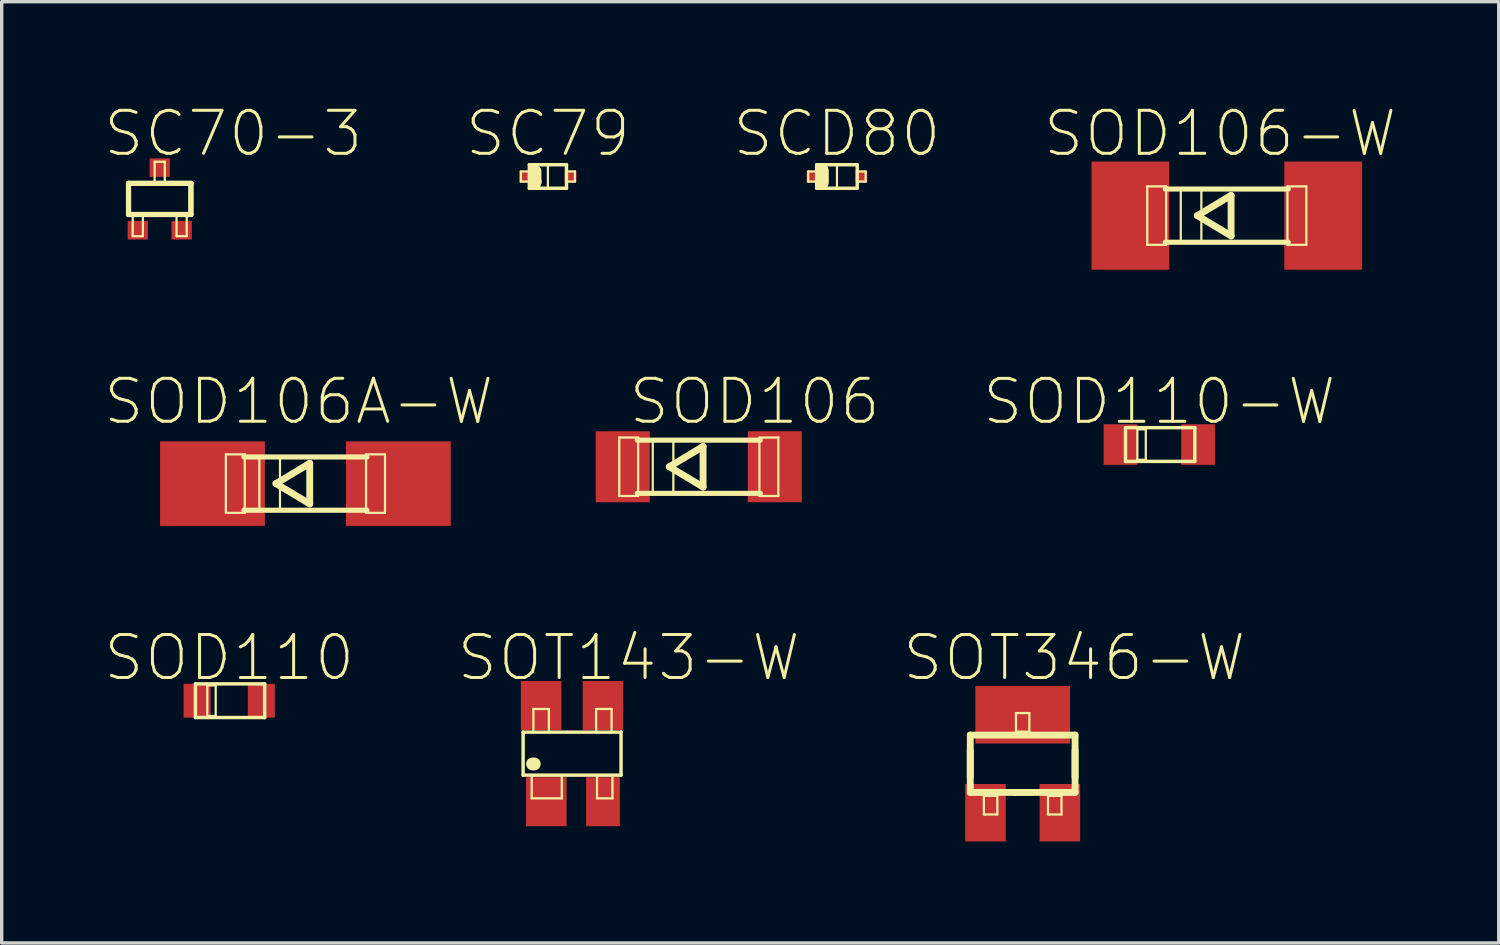
<source format=kicad_pcb>
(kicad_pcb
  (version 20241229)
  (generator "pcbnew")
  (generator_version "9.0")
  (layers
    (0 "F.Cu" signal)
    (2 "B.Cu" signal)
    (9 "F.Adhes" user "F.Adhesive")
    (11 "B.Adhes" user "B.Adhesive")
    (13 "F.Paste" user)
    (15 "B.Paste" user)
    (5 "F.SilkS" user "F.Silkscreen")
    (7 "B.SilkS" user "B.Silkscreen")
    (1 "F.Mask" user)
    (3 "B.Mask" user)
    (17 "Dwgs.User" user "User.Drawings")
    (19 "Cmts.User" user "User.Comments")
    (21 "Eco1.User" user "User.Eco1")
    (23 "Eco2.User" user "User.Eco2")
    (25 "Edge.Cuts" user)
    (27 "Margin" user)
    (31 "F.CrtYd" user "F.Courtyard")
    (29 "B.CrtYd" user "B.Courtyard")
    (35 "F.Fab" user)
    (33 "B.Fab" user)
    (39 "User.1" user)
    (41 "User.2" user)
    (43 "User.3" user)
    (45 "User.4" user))
  (footprint "SC70-3"
    (layer "F.Cu")
    (at 1.672 2.832)
    (property "Reference" "SC70-3" (at 2.174 -1.933 0) (layer "F.SilkS") (effects (font (size 1.27 1.27) (thickness 0.089))))
    (attr smd)
    (fp_line (start -0.922 -0.46) (end 0.922 -0.46) (stroke (width 0.152) (type solid)) (layer "F.SilkS"))
    (fp_line (start -0.922 -0.46) (end 0.922 -0.46) (stroke (width 0.152) (type solid)) (layer "F.SilkS"))
    (fp_line (start -0.922 0.46) (end -0.922 -0.46) (stroke (width 0.152) (type solid)) (layer "F.SilkS"))
    (fp_line (start -0.922 0.46) (end -0.922 -0.46) (stroke (width 0.152) (type solid)) (layer "F.SilkS"))
    (fp_line (start -0.798 0.498) (end -0.498 0.498) (stroke (width 0.066) (type solid)) (layer "F.SilkS"))
    (fp_line (start -0.798 1.1) (end -0.798 0.498) (stroke (width 0.066) (type solid)) (layer "F.SilkS"))
    (fp_line (start -0.798 1.1) (end -0.498 1.1) (stroke (width 0.066) (type solid)) (layer "F.SilkS"))
    (fp_line (start -0.498 1.1) (end -0.498 0.498) (stroke (width 0.066) (type solid)) (layer "F.SilkS"))
    (fp_line (start -0.15 -1.1) (end 0.15 -1.1) (stroke (width 0.066) (type solid)) (layer "F.SilkS"))
    (fp_line (start -0.15 -0.498) (end -0.15 -1.1) (stroke (width 0.066) (type solid)) (layer "F.SilkS"))
    (fp_line (start -0.15 -0.498) (end 0.15 -0.498) (stroke (width 0.066) (type solid)) (layer "F.SilkS"))
    (fp_line (start 0.15 -0.498) (end 0.15 -1.1) (stroke (width 0.066) (type solid)) (layer "F.SilkS"))
    (fp_line (start 0.498 0.498) (end 0.798 0.498) (stroke (width 0.066) (type solid)) (layer "F.SilkS"))
    (fp_line (start 0.498 1.1) (end 0.498 0.498) (stroke (width 0.066) (type solid)) (layer "F.SilkS"))
    (fp_line (start 0.498 1.1) (end 0.798 1.1) (stroke (width 0.066) (type solid)) (layer "F.SilkS"))
    (fp_line (start 0.798 1.1) (end 0.798 0.498) (stroke (width 0.066) (type solid)) (layer "F.SilkS"))
    (fp_line (start 0.922 -0.46) (end 0.922 0.46) (stroke (width 0.152) (type solid)) (layer "F.SilkS"))
    (fp_line (start 0.922 -0.46) (end 0.922 0.46) (stroke (width 0.152) (type solid)) (layer "F.SilkS"))
    (fp_line (start 0.922 0.46) (end -0.922 0.46) (stroke (width 0.152) (type solid)) (layer "F.SilkS"))
    (fp_line (start 0.922 0.46) (end -0.922 0.46) (stroke (width 0.152) (type solid)) (layer "F.SilkS"))
    (pad "1" smd rect (at -0.648 0.925) (size 0.599 0.549) (layers "F.Cu" "F.Mask" "F.Paste"))
    (pad "2" smd rect (at 0.648 0.925) (size 0.599 0.549) (layers "F.Cu" "F.Mask" "F.Paste"))
    (pad "3" smd rect (at 0 -0.925) (size 0.599 0.549) (layers "F.Cu" "F.Mask" "F.Paste")))
  (footprint "SOD110"
    (layer "F.Cu")
    (at 3.726 17.667)
    (property "Reference" "SOD110" (at 0 -1.27 0) (layer "F.SilkS") (effects (font (size 1.27 1.27) (thickness 0.089))))
    (attr smd)
    (fp_line (start -0.998 -0.498) (end 1.049 -0.498) (stroke (width 0.102) (type solid)) (layer "F.SilkS"))
    (fp_line (start -0.998 0.498) (end -0.998 -0.498) (stroke (width 0.102) (type solid)) (layer "F.SilkS"))
    (fp_line (start -0.648 -0.45) (end -0.399 -0.45) (stroke (width 0.066) (type solid)) (layer "F.SilkS"))
    (fp_line (start -0.648 0.45) (end -0.648 -0.45) (stroke (width 0.066) (type solid)) (layer "F.SilkS"))
    (fp_line (start -0.648 0.45) (end -0.399 0.45) (stroke (width 0.066) (type solid)) (layer "F.SilkS"))
    (fp_line (start -0.399 0.45) (end -0.399 -0.45) (stroke (width 0.066) (type solid)) (layer "F.SilkS"))
    (fp_line (start 1.049 -0.498) (end 1.049 0.498) (stroke (width 0.102) (type solid)) (layer "F.SilkS"))
    (fp_line (start 1.049 0.498) (end -0.998 0.498) (stroke (width 0.102) (type solid)) (layer "F.SilkS"))
    (pad "1" smd rect (at 0.95 0) (size 0.798 0.998) (layers "F.Cu" "F.Mask" "F.Paste"))
    (pad "2" smd rect (at -0.95 0) (size 0.798 0.998) (layers "F.Cu" "F.Mask" "F.Paste")))
  (footprint "SOT346-W"
    (layer "F.Cu")
    (at 27.186 19.531)
    (property "Reference" "SOT346-W" (at 1.524 -3.134 0) (layer "F.SilkS") (effects (font (size 1.27 1.27) (thickness 0.089))))
    (attr smd)
    (fp_line (start -1.549 -0.848) (end 1.549 -0.848) (stroke (width 0.203) (type solid)) (layer "F.SilkS"))
    (fp_line (start -1.549 0.399) (end -1.549 -0.399) (stroke (width 0.203) (type solid)) (layer "F.SilkS"))
    (fp_line (start -1.549 0.848) (end -1.549 -0.848) (stroke (width 0.203) (type solid)) (layer "F.SilkS"))
    (fp_line (start -1.148 0.95) (end -0.749 0.95) (stroke (width 0.066) (type solid)) (layer "F.SilkS"))
    (fp_line (start -1.148 1.499) (end -1.148 0.95) (stroke (width 0.066) (type solid)) (layer "F.SilkS"))
    (fp_line (start -1.148 1.499) (end -0.749 1.499) (stroke (width 0.066) (type solid)) (layer "F.SilkS"))
    (fp_line (start -0.749 1.499) (end -0.749 0.95) (stroke (width 0.066) (type solid)) (layer "F.SilkS"))
    (fp_line (start -0.198 -1.499) (end 0.198 -1.499) (stroke (width 0.066) (type solid)) (layer "F.SilkS"))
    (fp_line (start -0.198 -0.95) (end -0.198 -1.499) (stroke (width 0.066) (type solid)) (layer "F.SilkS"))
    (fp_line (start -0.198 -0.95) (end 0.198 -0.95) (stroke (width 0.066) (type solid)) (layer "F.SilkS"))
    (fp_line (start 0.198 -0.95) (end 0.198 -1.499) (stroke (width 0.066) (type solid)) (layer "F.SilkS"))
    (fp_line (start 0.249 0.848) (end -0.249 0.848) (stroke (width 0.203) (type solid)) (layer "F.SilkS"))
    (fp_line (start 0.749 0.95) (end 1.148 0.95) (stroke (width 0.066) (type solid)) (layer "F.SilkS"))
    (fp_line (start 0.749 1.499) (end 0.749 0.95) (stroke (width 0.066) (type solid)) (layer "F.SilkS"))
    (fp_line (start 0.749 1.499) (end 1.148 1.499) (stroke (width 0.066) (type solid)) (layer "F.SilkS"))
    (fp_line (start 1.148 1.499) (end 1.148 0.95) (stroke (width 0.066) (type solid)) (layer "F.SilkS"))
    (fp_line (start 1.549 -0.848) (end 1.549 0.848) (stroke (width 0.203) (type solid)) (layer "F.SilkS"))
    (fp_line (start 1.549 -0.399) (end 1.549 0.399) (stroke (width 0.203) (type solid)) (layer "F.SilkS"))
    (fp_line (start 1.549 0.848) (end -1.549 0.848) (stroke (width 0.203) (type solid)) (layer "F.SilkS"))
    (pad "1" smd rect (at -1.1 1.448) (size 1.199 1.699) (layers "F.Cu" "F.Mask" "F.Paste"))
    (pad "2" smd rect (at 1.1 1.448) (size 1.199 1.699) (layers "F.Cu" "F.Mask" "F.Paste"))
    (pad "3" smd rect (at 0 -1.448) (size 2.799 1.699) (layers "F.Cu" "F.Mask" "F.Paste")))
  (footprint "SOT143-W"
    (layer "F.Cu")
    (at 13.864 19.232)
    (property "Reference" "SOT143-W" (at 1.674 -2.835 0) (layer "F.SilkS") (effects (font (size 1.27 1.27) (thickness 0.089))))
    (attr smd)
    (fp_line (start -1.448 -0.635) (end 1.448 -0.635) (stroke (width 0.102) (type solid)) (layer "F.SilkS"))
    (fp_line (start -1.448 0.635) (end -1.448 -0.635) (stroke (width 0.102) (type solid)) (layer "F.SilkS"))
    (fp_line (start -1.448 0.635) (end 1.448 0.635) (stroke (width 0.102) (type solid)) (layer "F.SilkS"))
    (fp_line (start -1.194 0.635) (end -0.305 0.635) (stroke (width 0.066) (type solid)) (layer "F.SilkS"))
    (fp_line (start -1.194 1.321) (end -1.194 0.635) (stroke (width 0.066) (type solid)) (layer "F.SilkS"))
    (fp_line (start -1.194 1.321) (end -0.305 1.321) (stroke (width 0.066) (type solid)) (layer "F.SilkS"))
    (fp_line (start -1.168 0.305) (end -1.118 0.305) (stroke (width 0.381) (type solid)) (layer "F.SilkS"))
    (fp_line (start -1.143 -1.321) (end -0.686 -1.321) (stroke (width 0.066) (type solid)) (layer "F.SilkS"))
    (fp_line (start -1.143 -0.635) (end -1.143 -1.321) (stroke (width 0.066) (type solid)) (layer "F.SilkS"))
    (fp_line (start -1.143 -0.635) (end -0.686 -0.635) (stroke (width 0.066) (type solid)) (layer "F.SilkS"))
    (fp_line (start -0.686 -0.635) (end -0.686 -1.321) (stroke (width 0.066) (type solid)) (layer "F.SilkS"))
    (fp_line (start -0.305 1.321) (end -0.305 0.635) (stroke (width 0.066) (type solid)) (layer "F.SilkS"))
    (fp_line (start 0.711 -1.321) (end 1.168 -1.321) (stroke (width 0.066) (type solid)) (layer "F.SilkS"))
    (fp_line (start 0.711 -0.635) (end 0.711 -1.321) (stroke (width 0.066) (type solid)) (layer "F.SilkS"))
    (fp_line (start 0.711 -0.635) (end 1.168 -0.635) (stroke (width 0.066) (type solid)) (layer "F.SilkS"))
    (fp_line (start 0.737 0.635) (end 1.194 0.635) (stroke (width 0.066) (type solid)) (layer "F.SilkS"))
    (fp_line (start 0.737 1.321) (end 0.737 0.635) (stroke (width 0.066) (type solid)) (layer "F.SilkS"))
    (fp_line (start 0.737 1.321) (end 1.194 1.321) (stroke (width 0.066) (type solid)) (layer "F.SilkS"))
    (fp_line (start 1.168 -0.635) (end 1.168 -1.321) (stroke (width 0.066) (type solid)) (layer "F.SilkS"))
    (fp_line (start 1.194 1.321) (end 1.194 0.635) (stroke (width 0.066) (type solid)) (layer "F.SilkS"))
    (fp_line (start 1.448 0.635) (end 1.448 -0.635) (stroke (width 0.102) (type solid)) (layer "F.SilkS"))
    (pad "1" smd rect (at -0.762 1.422) (size 1.199 1.448) (layers "F.Cu" "F.Mask" "F.Paste"))
    (pad "2" smd rect (at 0.914 1.422) (size 0.998 1.448) (layers "F.Cu" "F.Mask" "F.Paste"))
    (pad "3" smd rect (at 0.914 -1.422) (size 1.199 1.448) (layers "F.Cu" "F.Mask" "F.Paste"))
    (pad "4" smd rect (at -0.914 -1.422) (size 1.199 1.448) (layers "F.Cu" "F.Mask" "F.Paste")))
  (footprint "SCD80"
    (layer "F.Cu")
    (at 21.695 2.169)
    (property "Reference" "SCD80" (at 0 -1.27 0) (layer "F.SilkS") (effects (font (size 1.27 1.27) (thickness 0.089))))
    (attr smd)
    (fp_line (start -0.848 -0.15) (end -0.599 -0.15) (stroke (width 0.066) (type solid)) (layer "F.SilkS"))
    (fp_line (start -0.848 0.15) (end -0.848 -0.15) (stroke (width 0.066) (type solid)) (layer "F.SilkS"))
    (fp_line (start -0.848 0.15) (end -0.599 0.15) (stroke (width 0.066) (type solid)) (layer "F.SilkS"))
    (fp_line (start -0.599 -0.348) (end -0.599 0.348) (stroke (width 0.102) (type solid)) (layer "F.SilkS"))
    (fp_line (start -0.599 -0.348) (end 0 -0.348) (stroke (width 0.066) (type solid)) (layer "F.SilkS"))
    (fp_line (start -0.599 0.15) (end -0.599 -0.15) (stroke (width 0.066) (type solid)) (layer "F.SilkS"))
    (fp_line (start -0.599 0.348) (end -0.599 -0.348) (stroke (width 0.066) (type solid)) (layer "F.SilkS"))
    (fp_line (start -0.599 0.348) (end 0 0.348) (stroke (width 0.066) (type solid)) (layer "F.SilkS"))
    (fp_line (start -0.599 0.348) (end 0.599 0.348) (stroke (width 0.102) (type solid)) (layer "F.SilkS"))
    (fp_line (start -0.432 -0.178) (end -0.432 0.178) (stroke (width 0.381) (type solid)) (layer "F.SilkS"))
    (fp_line (start 0 0.348) (end 0 -0.348) (stroke (width 0.066) (type solid)) (layer "F.SilkS"))
    (fp_line (start 0.599 -0.348) (end -0.599 -0.348) (stroke (width 0.102) (type solid)) (layer "F.SilkS"))
    (fp_line (start 0.599 -0.15) (end 0.848 -0.15) (stroke (width 0.066) (type solid)) (layer "F.SilkS"))
    (fp_line (start 0.599 0.15) (end 0.599 -0.15) (stroke (width 0.066) (type solid)) (layer "F.SilkS"))
    (fp_line (start 0.599 0.15) (end 0.848 0.15) (stroke (width 0.066) (type solid)) (layer "F.SilkS"))
    (fp_line (start 0.599 0.348) (end 0.599 -0.348) (stroke (width 0.102) (type solid)) (layer "F.SilkS"))
    (fp_line (start 0.848 0.15) (end 0.848 -0.15) (stroke (width 0.066) (type solid)) (layer "F.SilkS"))
    (pad "1" smd rect (at 0.724 0) (size 0.348 0.348) (layers "F.Cu" "F.Mask" "F.Paste"))
    (pad "2" smd rect (at -0.724 0) (size 0.348 0.348) (layers "F.Cu" "F.Mask" "F.Paste")))
  (footprint "SOD106"
    (layer "F.Cu")
    (at 17.61 10.75)
    (property "Reference" "SOD106" (at 1.651 -1.928 0) (layer "F.SilkS") (effects (font (size 1.27 1.27) (thickness 0.089))))
    (attr smd)
    (fp_line (start -2.352 -0.864) (end -1.793 -0.864) (stroke (width 0.066) (type solid)) (layer "F.SilkS"))
    (fp_line (start -2.352 0.864) (end -2.352 -0.864) (stroke (width 0.066) (type solid)) (layer "F.SilkS"))
    (fp_line (start -2.352 0.864) (end -1.793 0.864) (stroke (width 0.066) (type solid)) (layer "F.SilkS"))
    (fp_line (start -1.793 0.864) (end -1.793 -0.864) (stroke (width 0.066) (type solid)) (layer "F.SilkS"))
    (fp_line (start -1.361 -0.787) (end -0.752 -0.787) (stroke (width 0.066) (type solid)) (layer "F.SilkS"))
    (fp_line (start -1.361 0.787) (end -1.361 -0.787) (stroke (width 0.066) (type solid)) (layer "F.SilkS"))
    (fp_line (start -1.361 0.787) (end -0.752 0.787) (stroke (width 0.066) (type solid)) (layer "F.SilkS"))
    (fp_line (start -0.871 0) (end 0.127 0.599) (stroke (width 0.203) (type solid)) (layer "F.SilkS"))
    (fp_line (start -0.752 0.787) (end -0.752 -0.787) (stroke (width 0.066) (type solid)) (layer "F.SilkS"))
    (fp_line (start 0.127 -0.599) (end -0.871 0) (stroke (width 0.203) (type solid)) (layer "F.SilkS"))
    (fp_line (start 0.127 0.599) (end 0.127 -0.599) (stroke (width 0.203) (type solid)) (layer "F.SilkS"))
    (fp_line (start 1.793 -0.864) (end 2.352 -0.864) (stroke (width 0.066) (type solid)) (layer "F.SilkS"))
    (fp_line (start 1.793 0.864) (end 1.793 -0.864) (stroke (width 0.066) (type solid)) (layer "F.SilkS"))
    (fp_line (start 1.793 0.864) (end 2.352 0.864) (stroke (width 0.066) (type solid)) (layer "F.SilkS"))
    (fp_line (start 1.819 -0.787) (end -1.819 -0.787) (stroke (width 0.152) (type solid)) (layer "F.SilkS"))
    (fp_line (start 1.819 0.787) (end -1.819 0.787) (stroke (width 0.152) (type solid)) (layer "F.SilkS"))
    (fp_line (start 2.352 0.864) (end 2.352 -0.864) (stroke (width 0.066) (type solid)) (layer "F.SilkS"))
    (pad "1" smd rect (at 2.248 0) (size 1.598 2.098) (layers "F.Cu" "F.Mask" "F.Paste"))
    (pad "2" smd rect (at -2.248 0) (size 1.598 2.098) (layers "F.Cu" "F.Mask" "F.Paste")))
  (footprint "SOD106-W"
    (layer "F.Cu")
    (at 33.221 3.325)
    (property "Reference" "SOD106-W" (at -0.198 -2.426 0) (layer "F.SilkS") (effects (font (size 1.27 1.27) (thickness 0.089))))
    (attr smd)
    (fp_line (start -2.352 -0.864) (end -1.793 -0.864) (stroke (width 0.066) (type solid)) (layer "F.SilkS"))
    (fp_line (start -2.352 0.864) (end -2.352 -0.864) (stroke (width 0.066) (type solid)) (layer "F.SilkS"))
    (fp_line (start -2.352 0.864) (end -1.793 0.864) (stroke (width 0.066) (type solid)) (layer "F.SilkS"))
    (fp_line (start -1.793 0.864) (end -1.793 -0.864) (stroke (width 0.066) (type solid)) (layer "F.SilkS"))
    (fp_line (start -1.361 -0.787) (end -0.752 -0.787) (stroke (width 0.066) (type solid)) (layer "F.SilkS"))
    (fp_line (start -1.361 0.787) (end -1.361 -0.787) (stroke (width 0.066) (type solid)) (layer "F.SilkS"))
    (fp_line (start -1.361 0.787) (end -0.752 0.787) (stroke (width 0.066) (type solid)) (layer "F.SilkS"))
    (fp_line (start -0.871 0) (end 0.127 0.599) (stroke (width 0.203) (type solid)) (layer "F.SilkS"))
    (fp_line (start -0.752 0.787) (end -0.752 -0.787) (stroke (width 0.066) (type solid)) (layer "F.SilkS"))
    (fp_line (start 0.127 -0.599) (end -0.871 0) (stroke (width 0.203) (type solid)) (layer "F.SilkS"))
    (fp_line (start 0.127 0.599) (end 0.127 -0.599) (stroke (width 0.203) (type solid)) (layer "F.SilkS"))
    (fp_line (start 1.793 -0.864) (end 2.352 -0.864) (stroke (width 0.066) (type solid)) (layer "F.SilkS"))
    (fp_line (start 1.793 0.864) (end 1.793 -0.864) (stroke (width 0.066) (type solid)) (layer "F.SilkS"))
    (fp_line (start 1.793 0.864) (end 2.352 0.864) (stroke (width 0.066) (type solid)) (layer "F.SilkS"))
    (fp_line (start 1.819 -0.787) (end -1.819 -0.787) (stroke (width 0.152) (type solid)) (layer "F.SilkS"))
    (fp_line (start 1.819 0.787) (end -1.819 0.787) (stroke (width 0.152) (type solid)) (layer "F.SilkS"))
    (fp_line (start 2.352 0.864) (end 2.352 -0.864) (stroke (width 0.066) (type solid)) (layer "F.SilkS"))
    (pad "1" smd rect (at 2.85 0) (size 2.299 3.198) (layers "F.Cu" "F.Mask" "F.Paste"))
    (pad "2" smd rect (at -2.85 0) (size 2.299 3.198) (layers "F.Cu" "F.Mask" "F.Paste")))
  (footprint "SOD110-W"
    (layer "F.Cu")
    (at 31.225 10.093)
    (property "Reference" "SOD110-W" (at 0 -1.27 0) (layer "F.SilkS") (effects (font (size 1.27 1.27) (thickness 0.089))))
    (attr smd)
    (fp_line (start -0.998 -0.498) (end 1.049 -0.498) (stroke (width 0.102) (type solid)) (layer "F.SilkS"))
    (fp_line (start -0.998 0.498) (end -0.998 -0.498) (stroke (width 0.102) (type solid)) (layer "F.SilkS"))
    (fp_line (start -0.648 -0.45) (end -0.399 -0.45) (stroke (width 0.066) (type solid)) (layer "F.SilkS"))
    (fp_line (start -0.648 0.45) (end -0.648 -0.45) (stroke (width 0.066) (type solid)) (layer "F.SilkS"))
    (fp_line (start -0.648 0.45) (end -0.399 0.45) (stroke (width 0.066) (type solid)) (layer "F.SilkS"))
    (fp_line (start -0.399 0.45) (end -0.399 -0.45) (stroke (width 0.066) (type solid)) (layer "F.SilkS"))
    (fp_line (start 1.049 -0.498) (end 1.049 0.498) (stroke (width 0.102) (type solid)) (layer "F.SilkS"))
    (fp_line (start 1.049 0.498) (end -0.998 0.498) (stroke (width 0.102) (type solid)) (layer "F.SilkS"))
    (pad "1" smd rect (at 1.148 0) (size 0.998 1.199) (layers "F.Cu" "F.Mask" "F.Paste"))
    (pad "2" smd rect (at -1.148 0) (size 0.998 1.199) (layers "F.Cu" "F.Mask" "F.Paste")))
  (footprint "SOD106A-W"
    (layer "F.Cu")
    (at 5.98 11.248)
    (property "Reference" "SOD106A-W" (at -0.198 -2.426 0) (layer "F.SilkS") (effects (font (size 1.27 1.27) (thickness 0.089))))
    (attr smd)
    (fp_line (start -2.352 -0.864) (end -1.793 -0.864) (stroke (width 0.066) (type solid)) (layer "F.SilkS"))
    (fp_line (start -2.352 0.864) (end -2.352 -0.864) (stroke (width 0.066) (type solid)) (layer "F.SilkS"))
    (fp_line (start -2.352 0.864) (end -1.793 0.864) (stroke (width 0.066) (type solid)) (layer "F.SilkS"))
    (fp_line (start -1.793 0.864) (end -1.793 -0.864) (stroke (width 0.066) (type solid)) (layer "F.SilkS"))
    (fp_line (start -1.361 -0.787) (end -0.752 -0.787) (stroke (width 0.066) (type solid)) (layer "F.SilkS"))
    (fp_line (start -1.361 0.787) (end -1.361 -0.787) (stroke (width 0.066) (type solid)) (layer "F.SilkS"))
    (fp_line (start -1.361 0.787) (end -0.752 0.787) (stroke (width 0.066) (type solid)) (layer "F.SilkS"))
    (fp_line (start -0.871 0) (end 0.127 0.599) (stroke (width 0.203) (type solid)) (layer "F.SilkS"))
    (fp_line (start -0.752 0.787) (end -0.752 -0.787) (stroke (width 0.066) (type solid)) (layer "F.SilkS"))
    (fp_line (start 0.127 -0.599) (end -0.871 0) (stroke (width 0.203) (type solid)) (layer "F.SilkS"))
    (fp_line (start 0.127 0.599) (end 0.127 -0.599) (stroke (width 0.203) (type solid)) (layer "F.SilkS"))
    (fp_line (start 1.793 -0.864) (end 2.352 -0.864) (stroke (width 0.066) (type solid)) (layer "F.SilkS"))
    (fp_line (start 1.793 0.864) (end 1.793 -0.864) (stroke (width 0.066) (type solid)) (layer "F.SilkS"))
    (fp_line (start 1.793 0.864) (end 2.352 0.864) (stroke (width 0.066) (type solid)) (layer "F.SilkS"))
    (fp_line (start 1.819 -0.787) (end -1.819 -0.787) (stroke (width 0.152) (type solid)) (layer "F.SilkS"))
    (fp_line (start 1.819 0.787) (end -1.819 0.787) (stroke (width 0.152) (type solid)) (layer "F.SilkS"))
    (fp_line (start 2.352 0.864) (end 2.352 -0.864) (stroke (width 0.066) (type solid)) (layer "F.SilkS"))
    (pad "1" smd rect (at 2.748 0) (size 3.099 2.499) (layers "F.Cu" "F.Mask" "F.Paste"))
    (pad "2" smd rect (at -2.748 0) (size 3.099 2.499) (layers "F.Cu" "F.Mask" "F.Paste")))
  (footprint "SC79"
    (layer "F.Cu")
    (at 13.149 2.169)
    (property "Reference" "SC79" (at 0 -1.27 0) (layer "F.SilkS") (effects (font (size 1.27 1.27) (thickness 0.089))))
    (attr smd)
    (fp_line (start -0.798 -0.15) (end -0.549 -0.15) (stroke (width 0.066) (type solid)) (layer "F.SilkS"))
    (fp_line (start -0.798 0.15) (end -0.798 -0.15) (stroke (width 0.066) (type solid)) (layer "F.SilkS"))
    (fp_line (start -0.798 0.15) (end -0.549 0.15) (stroke (width 0.066) (type solid)) (layer "F.SilkS"))
    (fp_line (start -0.549 -0.348) (end 0 -0.348) (stroke (width 0.066) (type solid)) (layer "F.SilkS"))
    (fp_line (start -0.549 -0.348) (end 0.549 -0.348) (stroke (width 0.102) (type solid)) (layer "F.SilkS"))
    (fp_line (start -0.549 0.15) (end -0.549 -0.15) (stroke (width 0.066) (type solid)) (layer "F.SilkS"))
    (fp_line (start -0.549 0.348) (end -0.549 -0.348) (stroke (width 0.066) (type solid)) (layer "F.SilkS"))
    (fp_line (start -0.549 0.348) (end -0.549 -0.348) (stroke (width 0.102) (type solid)) (layer "F.SilkS"))
    (fp_line (start -0.549 0.348) (end 0 0.348) (stroke (width 0.066) (type solid)) (layer "F.SilkS"))
    (fp_line (start -0.381 -0.152) (end -0.381 0.152) (stroke (width 0.381) (type solid)) (layer "F.SilkS"))
    (fp_line (start -0.381 0.152) (end -0.381 0.178) (stroke (width 0.381) (type solid)) (layer "F.SilkS"))
    (fp_line (start 0 0.348) (end 0 -0.348) (stroke (width 0.066) (type solid)) (layer "F.SilkS"))
    (fp_line (start 0.549 -0.348) (end 0.549 0.348) (stroke (width 0.102) (type solid)) (layer "F.SilkS"))
    (fp_line (start 0.549 -0.15) (end 0.798 -0.15) (stroke (width 0.066) (type solid)) (layer "F.SilkS"))
    (fp_line (start 0.549 0.15) (end 0.549 -0.15) (stroke (width 0.066) (type solid)) (layer "F.SilkS"))
    (fp_line (start 0.549 0.15) (end 0.798 0.15) (stroke (width 0.066) (type solid)) (layer "F.SilkS"))
    (fp_line (start 0.549 0.348) (end -0.549 0.348) (stroke (width 0.102) (type solid)) (layer "F.SilkS"))
    (fp_line (start 0.798 0.15) (end 0.798 -0.15) (stroke (width 0.066) (type solid)) (layer "F.SilkS"))
    (pad "1" smd rect (at 0.673 0) (size 0.348 0.348) (layers "F.Cu" "F.Mask" "F.Paste"))
    (pad "2" smd rect (at -0.673 0) (size 0.348 0.348) (layers "F.Cu" "F.Mask" "F.Paste")))
  (gr_rect
    (start -3 -3)
    (end 41.261 24.829)
    (stroke (width 0.1) (type default))
    (fill no)
    (layer "Edge.Cuts")))
</source>
